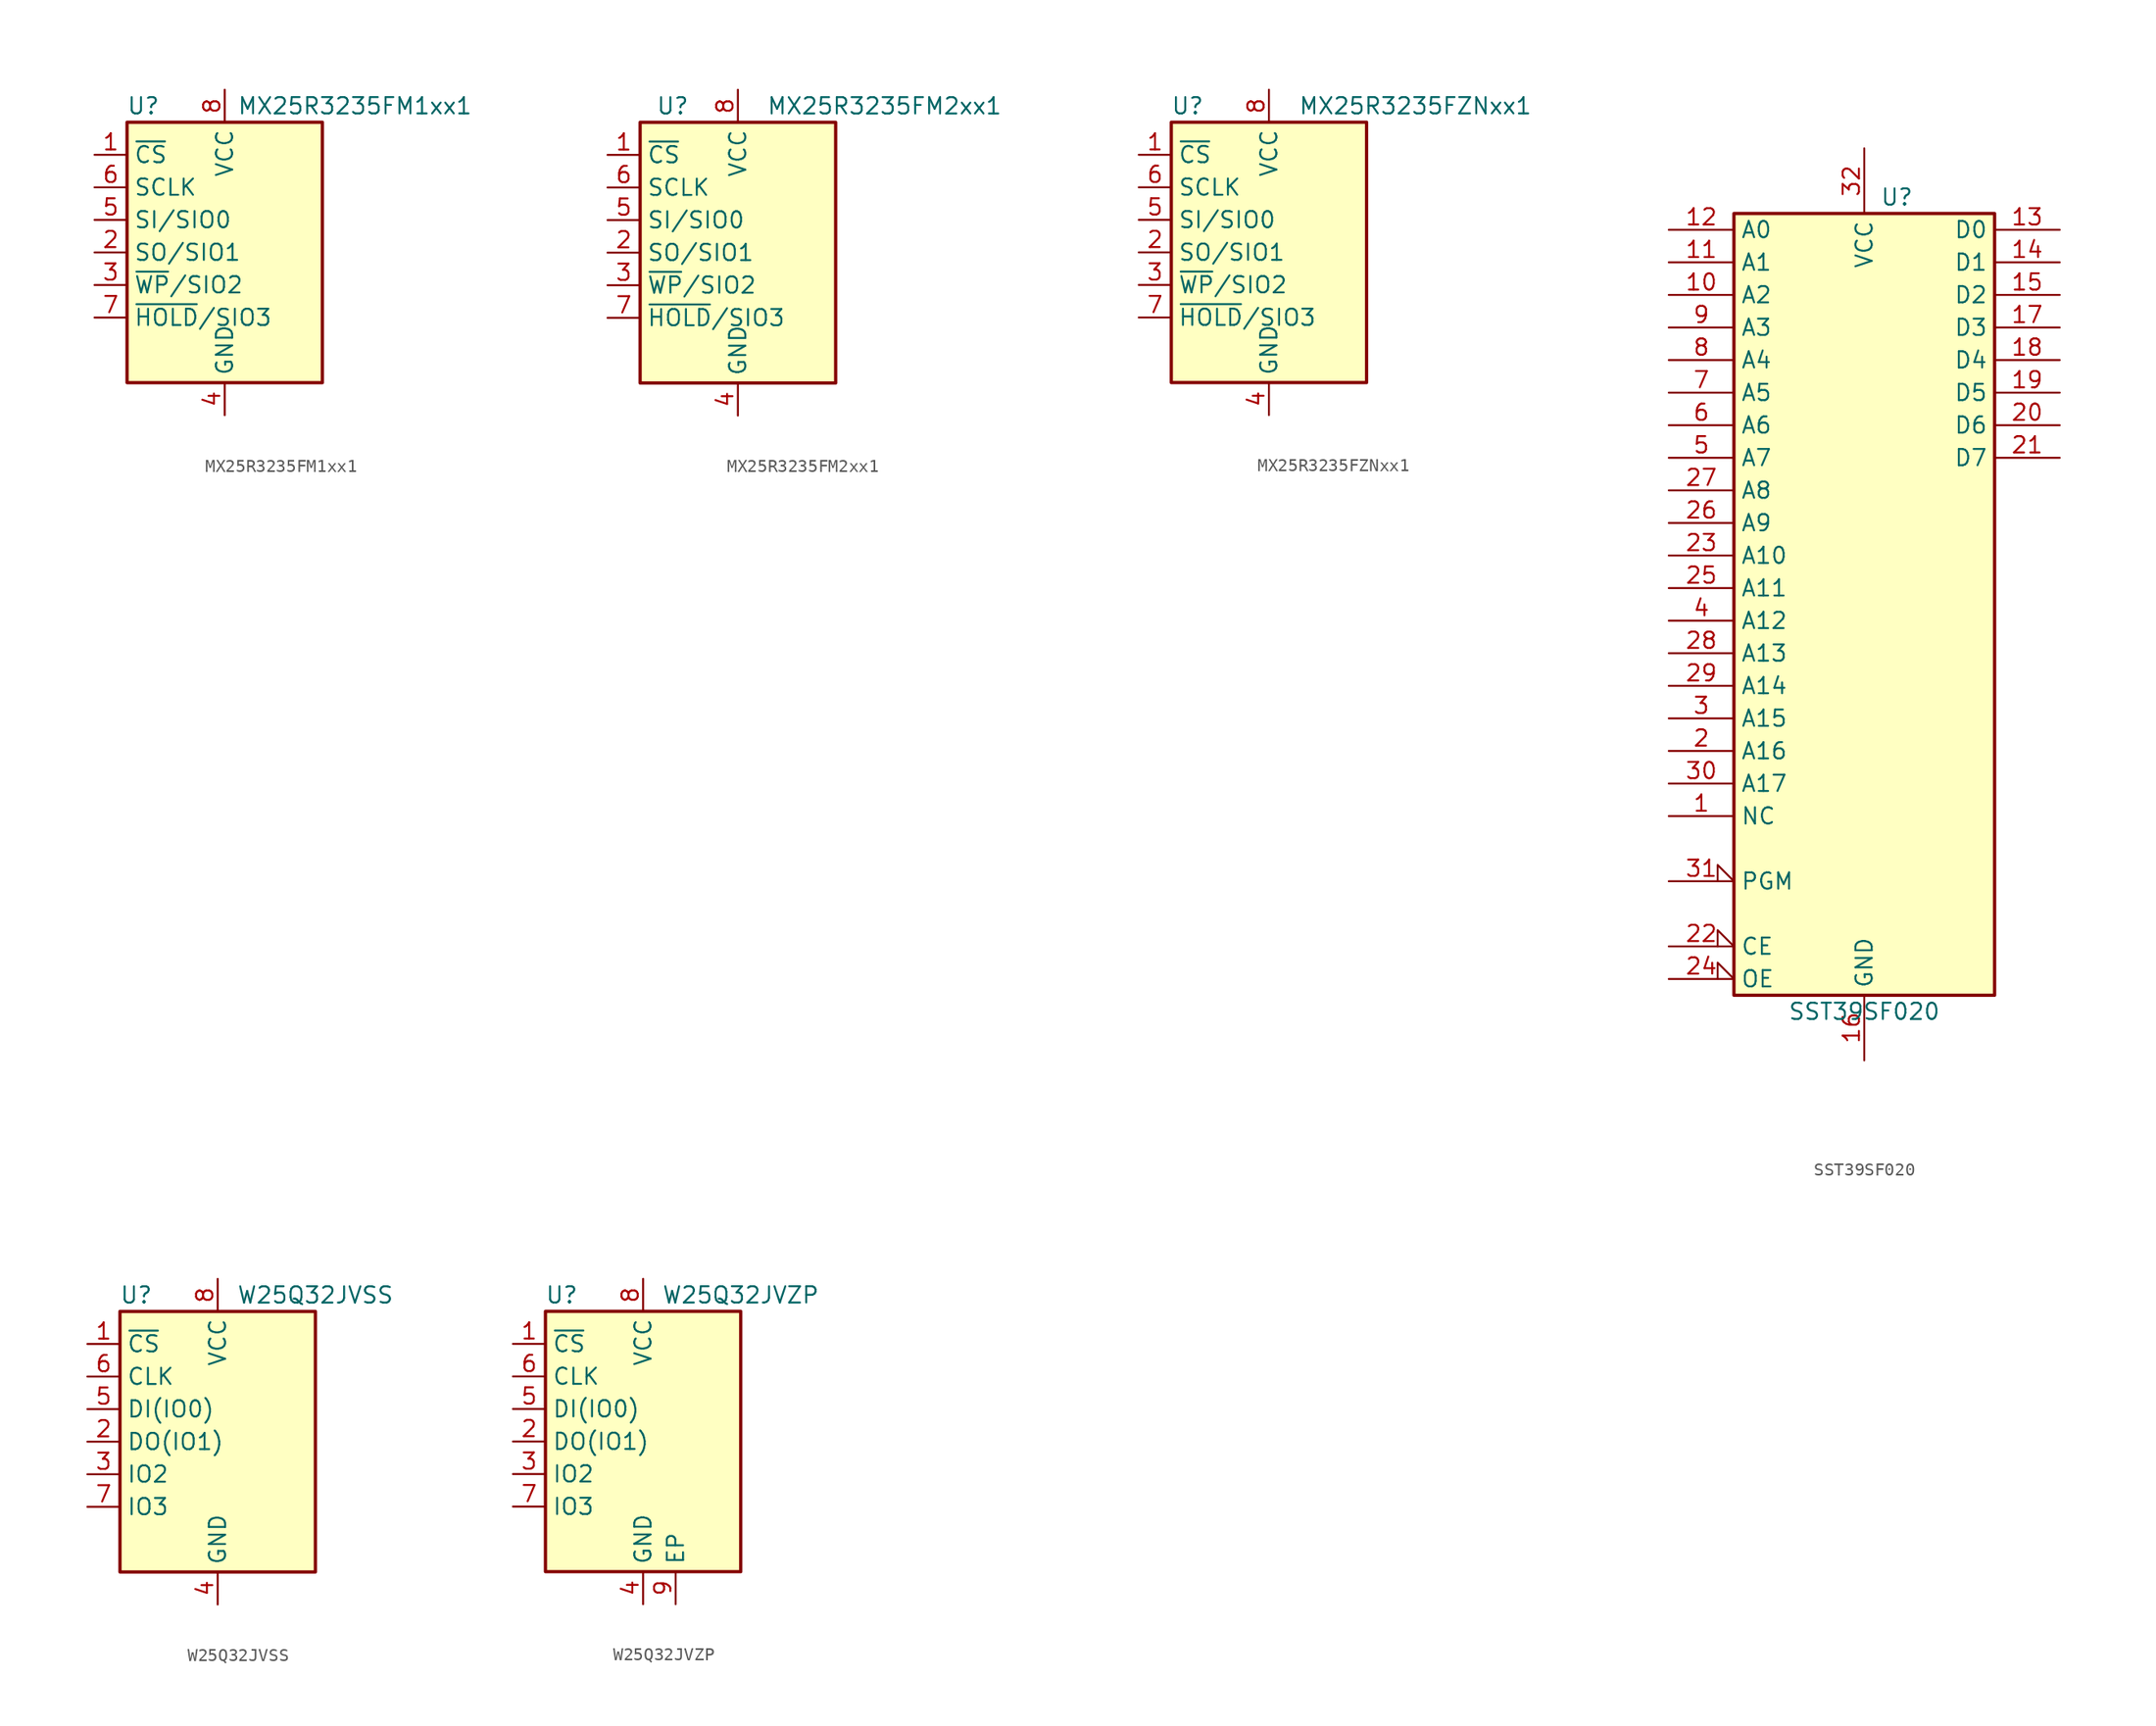
<source format=kicad_sym>
(kicad_symbol_lib
  (version 20220914)
  (generator kicad_symbol_editor)
  (symbol "MX25R3235FM1xx1"
    (property "Reference" "U"
      (at -6.35 11.43 0)
      (effects (font (size 1.27 1.27))))
    (property "Value" "MX25R3235FM1xx1"
      (at 10.16 11.43 0)
      (effects (font (size 1.27 1.27))))
    (symbol "MX25R3235FM1xx1_0_1"
      (rectangle (start -7.62 10.16) (end 7.62 -10.16) (stroke (width 0.254) (type default)) (fill (type background))))
    (symbol "MX25R3235FM1xx1_1_1"
      (pin input line (at -10.16 7.62 0) (length 2.54) (name "~{CS}" (effects (font (size 1.27 1.27)))) (number "1" (effects (font (size 1.27 1.27)))))
      (pin bidirectional line (at -10.16 0 0) (length 2.54) (name "SO/SIO1" (effects (font (size 1.27 1.27)))) (number "2" (effects (font (size 1.27 1.27)))))
      (pin bidirectional line (at -10.16 -2.54 0) (length 2.54) (name "~{WP}/SIO2" (effects (font (size 1.27 1.27)))) (number "3" (effects (font (size 1.27 1.27)))))
      (pin power_in line (at 0 -12.7 90) (length 2.54) (name "GND" (effects (font (size 1.27 1.27)))) (number "4" (effects (font (size 1.27 1.27)))))
      (pin bidirectional line (at -10.16 2.54 0) (length 2.54) (name "SI/SIO0" (effects (font (size 1.27 1.27)))) (number "5" (effects (font (size 1.27 1.27)))))
      (pin input line (at -10.16 5.08 0) (length 2.54) (name "SCLK" (effects (font (size 1.27 1.27)))) (number "6" (effects (font (size 1.27 1.27)))))
      (pin bidirectional line (at -10.16 -5.08 0) (length 2.54) (name "~{HOLD}/SIO3" (effects (font (size 1.27 1.27)))) (number "7" (effects (font (size 1.27 1.27)))))
      (pin power_in line (at 0 12.7 270) (length 2.54) (name "VCC" (effects (font (size 1.27 1.27)))) (number "8" (effects (font (size 1.27 1.27)))))))
  (symbol "MX25R3235FM2xx1"
    (property "Reference" "U"
      (at -5.08 11.43 0)
      (effects (font (size 1.27 1.27))))
    (property "Value" "MX25R3235FM2xx1"
      (at 11.43 11.43 0)
      (effects (font (size 1.27 1.27))))
    (symbol "MX25R3235FM2xx1_0_1"
      (rectangle (start -7.62 10.16) (end 7.62 -10.16) (stroke (width 0.254) (type default)) (fill (type background))))
    (symbol "MX25R3235FM2xx1_1_1"
      (pin input line (at -10.16 7.62 0) (length 2.54) (name "~{CS}" (effects (font (size 1.27 1.27)))) (number "1" (effects (font (size 1.27 1.27)))))
      (pin bidirectional line (at -10.16 0 0) (length 2.54) (name "SO/SIO1" (effects (font (size 1.27 1.27)))) (number "2" (effects (font (size 1.27 1.27)))))
      (pin bidirectional line (at -10.16 -2.54 0) (length 2.54) (name "~{WP}/SIO2" (effects (font (size 1.27 1.27)))) (number "3" (effects (font (size 1.27 1.27)))))
      (pin power_in line (at 0 -12.7 90) (length 2.54) (name "GND" (effects (font (size 1.27 1.27)))) (number "4" (effects (font (size 1.27 1.27)))))
      (pin bidirectional line (at -10.16 2.54 0) (length 2.54) (name "SI/SIO0" (effects (font (size 1.27 1.27)))) (number "5" (effects (font (size 1.27 1.27)))))
      (pin input line (at -10.16 5.08 0) (length 2.54) (name "SCLK" (effects (font (size 1.27 1.27)))) (number "6" (effects (font (size 1.27 1.27)))))
      (pin bidirectional line (at -10.16 -5.08 0) (length 2.54) (name "~{HOLD}/SIO3" (effects (font (size 1.27 1.27)))) (number "7" (effects (font (size 1.27 1.27)))))
      (pin power_in line (at 0 12.7 270) (length 2.54) (name "VCC" (effects (font (size 1.27 1.27)))) (number "8" (effects (font (size 1.27 1.27)))))))
  (symbol "MX25R3235FZNxx1"
    (property "Reference" "U"
      (at -6.35 11.43 0)
      (effects (font (size 1.27 1.27))))
    (property "Value" "MX25R3235FZNxx1"
      (at 11.43 11.43 0)
      (effects (font (size 1.27 1.27))))
    (symbol "MX25R3235FZNxx1_0_1"
      (rectangle (start -7.62 10.16) (end 7.62 -10.16) (stroke (width 0.254) (type default)) (fill (type background))))
    (symbol "MX25R3235FZNxx1_1_1"
      (pin input line (at -10.16 7.62 0) (length 2.54) (name "~{CS}" (effects (font (size 1.27 1.27)))) (number "1" (effects (font (size 1.27 1.27)))))
      (pin bidirectional line (at -10.16 0 0) (length 2.54) (name "SO/SIO1" (effects (font (size 1.27 1.27)))) (number "2" (effects (font (size 1.27 1.27)))))
      (pin bidirectional line (at -10.16 -2.54 0) (length 2.54) (name "~{WP}/SIO2" (effects (font (size 1.27 1.27)))) (number "3" (effects (font (size 1.27 1.27)))))
      (pin power_in line (at 0 -12.7 90) (length 2.54) (name "GND" (effects (font (size 1.27 1.27)))) (number "4" (effects (font (size 1.27 1.27)))))
      (pin bidirectional line (at -10.16 2.54 0) (length 2.54) (name "SI/SIO0" (effects (font (size 1.27 1.27)))) (number "5" (effects (font (size 1.27 1.27)))))
      (pin input line (at -10.16 5.08 0) (length 2.54) (name "SCLK" (effects (font (size 1.27 1.27)))) (number "6" (effects (font (size 1.27 1.27)))))
      (pin bidirectional line (at -10.16 -5.08 0) (length 2.54) (name "~{HOLD}/SIO3" (effects (font (size 1.27 1.27)))) (number "7" (effects (font (size 1.27 1.27)))))
      (pin power_in line (at 0 12.7 270) (length 2.54) (name "VCC" (effects (font (size 1.27 1.27)))) (number "8" (effects (font (size 1.27 1.27)))))
      (pin passive line (at 0 -12.7 90) (length 2.54) hide (name "GND" (effects (font (size 1.27 1.27)))) (number "9" (effects (font (size 1.27 1.27)))))))
  (symbol "SST39SF020"
    (property "Reference" "U"
      (at 2.54 33.02 0)
      (effects (font (size 1.27 1.27))))
    (property "Value" "SST39SF020"
      (at 0 -30.48 0)
      (effects (font (size 1.27 1.27))))
    (symbol "SST39SF020_0_0"
      (pin power_in line (at 0 -34.29 90) (length 5.08) (name "GND" (effects (font (size 1.27 1.27)))) (number "16" (effects (font (size 1.27 1.27)))))
      (pin power_in line (at 0 36.83 270) (length 5.08) (name "VCC" (effects (font (size 1.27 1.27)))) (number "32" (effects (font (size 1.27 1.27))))))
    (symbol "SST39SF020_0_1"
      (rectangle (start -10.16 31.75) (end 10.16 -29.21) (stroke (width 0.254) (type default)) (fill (type background))))
    (symbol "SST39SF020_1_1"
      (pin input line (at -15.24 -15.24 0) (length 5.08) (name "NC" (effects (font (size 1.27 1.27)))) (number "1" (effects (font (size 1.27 1.27)))))
      (pin input line (at -15.24 25.4 0) (length 5.08) (name "A2" (effects (font (size 1.27 1.27)))) (number "10" (effects (font (size 1.27 1.27)))))
      (pin input line (at -15.24 27.94 0) (length 5.08) (name "A1" (effects (font (size 1.27 1.27)))) (number "11" (effects (font (size 1.27 1.27)))))
      (pin input line (at -15.24 30.48 0) (length 5.08) (name "A0" (effects (font (size 1.27 1.27)))) (number "12" (effects (font (size 1.27 1.27)))))
      (pin tri_state line (at 15.24 30.48 180) (length 5.08) (name "D0" (effects (font (size 1.27 1.27)))) (number "13" (effects (font (size 1.27 1.27)))))
      (pin tri_state line (at 15.24 27.94 180) (length 5.08) (name "D1" (effects (font (size 1.27 1.27)))) (number "14" (effects (font (size 1.27 1.27)))))
      (pin tri_state line (at 15.24 25.4 180) (length 5.08) (name "D2" (effects (font (size 1.27 1.27)))) (number "15" (effects (font (size 1.27 1.27)))))
      (pin tri_state line (at 15.24 22.86 180) (length 5.08) (name "D3" (effects (font (size 1.27 1.27)))) (number "17" (effects (font (size 1.27 1.27)))))
      (pin tri_state line (at 15.24 20.32 180) (length 5.08) (name "D4" (effects (font (size 1.27 1.27)))) (number "18" (effects (font (size 1.27 1.27)))))
      (pin tri_state line (at 15.24 17.78 180) (length 5.08) (name "D5" (effects (font (size 1.27 1.27)))) (number "19" (effects (font (size 1.27 1.27)))))
      (pin input line (at -15.24 -10.16 0) (length 5.08) (name "A16" (effects (font (size 1.27 1.27)))) (number "2" (effects (font (size 1.27 1.27)))))
      (pin tri_state line (at 15.24 15.24 180) (length 5.08) (name "D6" (effects (font (size 1.27 1.27)))) (number "20" (effects (font (size 1.27 1.27)))))
      (pin tri_state line (at 15.24 12.7 180) (length 5.08) (name "D7" (effects (font (size 1.27 1.27)))) (number "21" (effects (font (size 1.27 1.27)))))
      (pin input input_low (at -15.24 -25.4 0) (length 5.08) (name "CE" (effects (font (size 1.27 1.27)))) (number "22" (effects (font (size 1.27 1.27)))))
      (pin input line (at -15.24 5.08 0) (length 5.08) (name "A10" (effects (font (size 1.27 1.27)))) (number "23" (effects (font (size 1.27 1.27)))))
      (pin input input_low (at -15.24 -27.94 0) (length 5.08) (name "OE" (effects (font (size 1.27 1.27)))) (number "24" (effects (font (size 1.27 1.27)))))
      (pin input line (at -15.24 2.54 0) (length 5.08) (name "A11" (effects (font (size 1.27 1.27)))) (number "25" (effects (font (size 1.27 1.27)))))
      (pin input line (at -15.24 7.62 0) (length 5.08) (name "A9" (effects (font (size 1.27 1.27)))) (number "26" (effects (font (size 1.27 1.27)))))
      (pin input line (at -15.24 10.16 0) (length 5.08) (name "A8" (effects (font (size 1.27 1.27)))) (number "27" (effects (font (size 1.27 1.27)))))
      (pin input line (at -15.24 -2.54 0) (length 5.08) (name "A13" (effects (font (size 1.27 1.27)))) (number "28" (effects (font (size 1.27 1.27)))))
      (pin input line (at -15.24 -5.08 0) (length 5.08) (name "A14" (effects (font (size 1.27 1.27)))) (number "29" (effects (font (size 1.27 1.27)))))
      (pin input line (at -15.24 -7.62 0) (length 5.08) (name "A15" (effects (font (size 1.27 1.27)))) (number "3" (effects (font (size 1.27 1.27)))))
      (pin input line (at -15.24 -12.7 0) (length 5.08) (name "A17" (effects (font (size 1.27 1.27)))) (number "30" (effects (font (size 1.27 1.27)))))
      (pin input input_low (at -15.24 -20.32 0) (length 5.08) (name "PGM" (effects (font (size 1.27 1.27)))) (number "31" (effects (font (size 1.27 1.27)))))
      (pin input line (at -15.24 0 0) (length 5.08) (name "A12" (effects (font (size 1.27 1.27)))) (number "4" (effects (font (size 1.27 1.27)))))
      (pin input line (at -15.24 12.7 0) (length 5.08) (name "A7" (effects (font (size 1.27 1.27)))) (number "5" (effects (font (size 1.27 1.27)))))
      (pin input line (at -15.24 15.24 0) (length 5.08) (name "A6" (effects (font (size 1.27 1.27)))) (number "6" (effects (font (size 1.27 1.27)))))
      (pin input line (at -15.24 17.78 0) (length 5.08) (name "A5" (effects (font (size 1.27 1.27)))) (number "7" (effects (font (size 1.27 1.27)))))
      (pin input line (at -15.24 20.32 0) (length 5.08) (name "A4" (effects (font (size 1.27 1.27)))) (number "8" (effects (font (size 1.27 1.27)))))
      (pin input line (at -15.24 22.86 0) (length 5.08) (name "A3" (effects (font (size 1.27 1.27)))) (number "9" (effects (font (size 1.27 1.27)))))))
  (symbol "W25Q32JVSS"
    (property "Reference" "U"
      (at -6.35 11.43 0)
      (effects (font (size 1.27 1.27))))
    (property "Value" "W25Q32JVSS"
      (at 7.62 11.43 0)
      (effects (font (size 1.27 1.27))))
    (symbol "W25Q32JVSS_0_1"
      (rectangle (start -7.62 10.16) (end 7.62 -10.16) (stroke (width 0.254) (type default)) (fill (type background))))
    (symbol "W25Q32JVSS_1_1"
      (pin input line (at -10.16 7.62 0) (length 2.54) (name "~{CS}" (effects (font (size 1.27 1.27)))) (number "1" (effects (font (size 1.27 1.27)))))
      (pin bidirectional line (at -10.16 0 0) (length 2.54) (name "DO(IO1)" (effects (font (size 1.27 1.27)))) (number "2" (effects (font (size 1.27 1.27)))))
      (pin bidirectional line (at -10.16 -2.54 0) (length 2.54) (name "IO2" (effects (font (size 1.27 1.27)))) (number "3" (effects (font (size 1.27 1.27)))))
      (pin power_in line (at 0 -12.7 90) (length 2.54) (name "GND" (effects (font (size 1.27 1.27)))) (number "4" (effects (font (size 1.27 1.27)))))
      (pin bidirectional line (at -10.16 2.54 0) (length 2.54) (name "DI(IO0)" (effects (font (size 1.27 1.27)))) (number "5" (effects (font (size 1.27 1.27)))))
      (pin input line (at -10.16 5.08 0) (length 2.54) (name "CLK" (effects (font (size 1.27 1.27)))) (number "6" (effects (font (size 1.27 1.27)))))
      (pin bidirectional line (at -10.16 -5.08 0) (length 2.54) (name "IO3" (effects (font (size 1.27 1.27)))) (number "7" (effects (font (size 1.27 1.27)))))
      (pin power_in line (at 0 12.7 270) (length 2.54) (name "VCC" (effects (font (size 1.27 1.27)))) (number "8" (effects (font (size 1.27 1.27)))))))
  (symbol "W25Q32JVZP"
    (property "Reference" "U"
      (at -6.35 11.43 0)
      (effects (font (size 1.27 1.27))))
    (property "Value" "W25Q32JVZP"
      (at 7.62 11.43 0)
      (effects (font (size 1.27 1.27))))
    (symbol "W25Q32JVZP_0_1"
      (rectangle (start -7.62 10.16) (end 7.62 -10.16) (stroke (width 0.254) (type default)) (fill (type background))))
    (symbol "W25Q32JVZP_1_1"
      (pin input line (at -10.16 7.62 0) (length 2.54) (name "~{CS}" (effects (font (size 1.27 1.27)))) (number "1" (effects (font (size 1.27 1.27)))))
      (pin bidirectional line (at -10.16 0 0) (length 2.54) (name "DO(IO1)" (effects (font (size 1.27 1.27)))) (number "2" (effects (font (size 1.27 1.27)))))
      (pin bidirectional line (at -10.16 -2.54 0) (length 2.54) (name "IO2" (effects (font (size 1.27 1.27)))) (number "3" (effects (font (size 1.27 1.27)))))
      (pin power_in line (at 0 -12.7 90) (length 2.54) (name "GND" (effects (font (size 1.27 1.27)))) (number "4" (effects (font (size 1.27 1.27)))))
      (pin bidirectional line (at -10.16 2.54 0) (length 2.54) (name "DI(IO0)" (effects (font (size 1.27 1.27)))) (number "5" (effects (font (size 1.27 1.27)))))
      (pin input line (at -10.16 5.08 0) (length 2.54) (name "CLK" (effects (font (size 1.27 1.27)))) (number "6" (effects (font (size 1.27 1.27)))))
      (pin bidirectional line (at -10.16 -5.08 0) (length 2.54) (name "IO3" (effects (font (size 1.27 1.27)))) (number "7" (effects (font (size 1.27 1.27)))))
      (pin power_in line (at 0 12.7 270) (length 2.54) (name "VCC" (effects (font (size 1.27 1.27)))) (number "8" (effects (font (size 1.27 1.27)))))
      (pin passive line (at 2.54 -12.7 90) (length 2.54) (name "EP" (effects (font (size 1.27 1.27)))) (number "9" (effects (font (size 1.27 1.27))))))))
</source>
